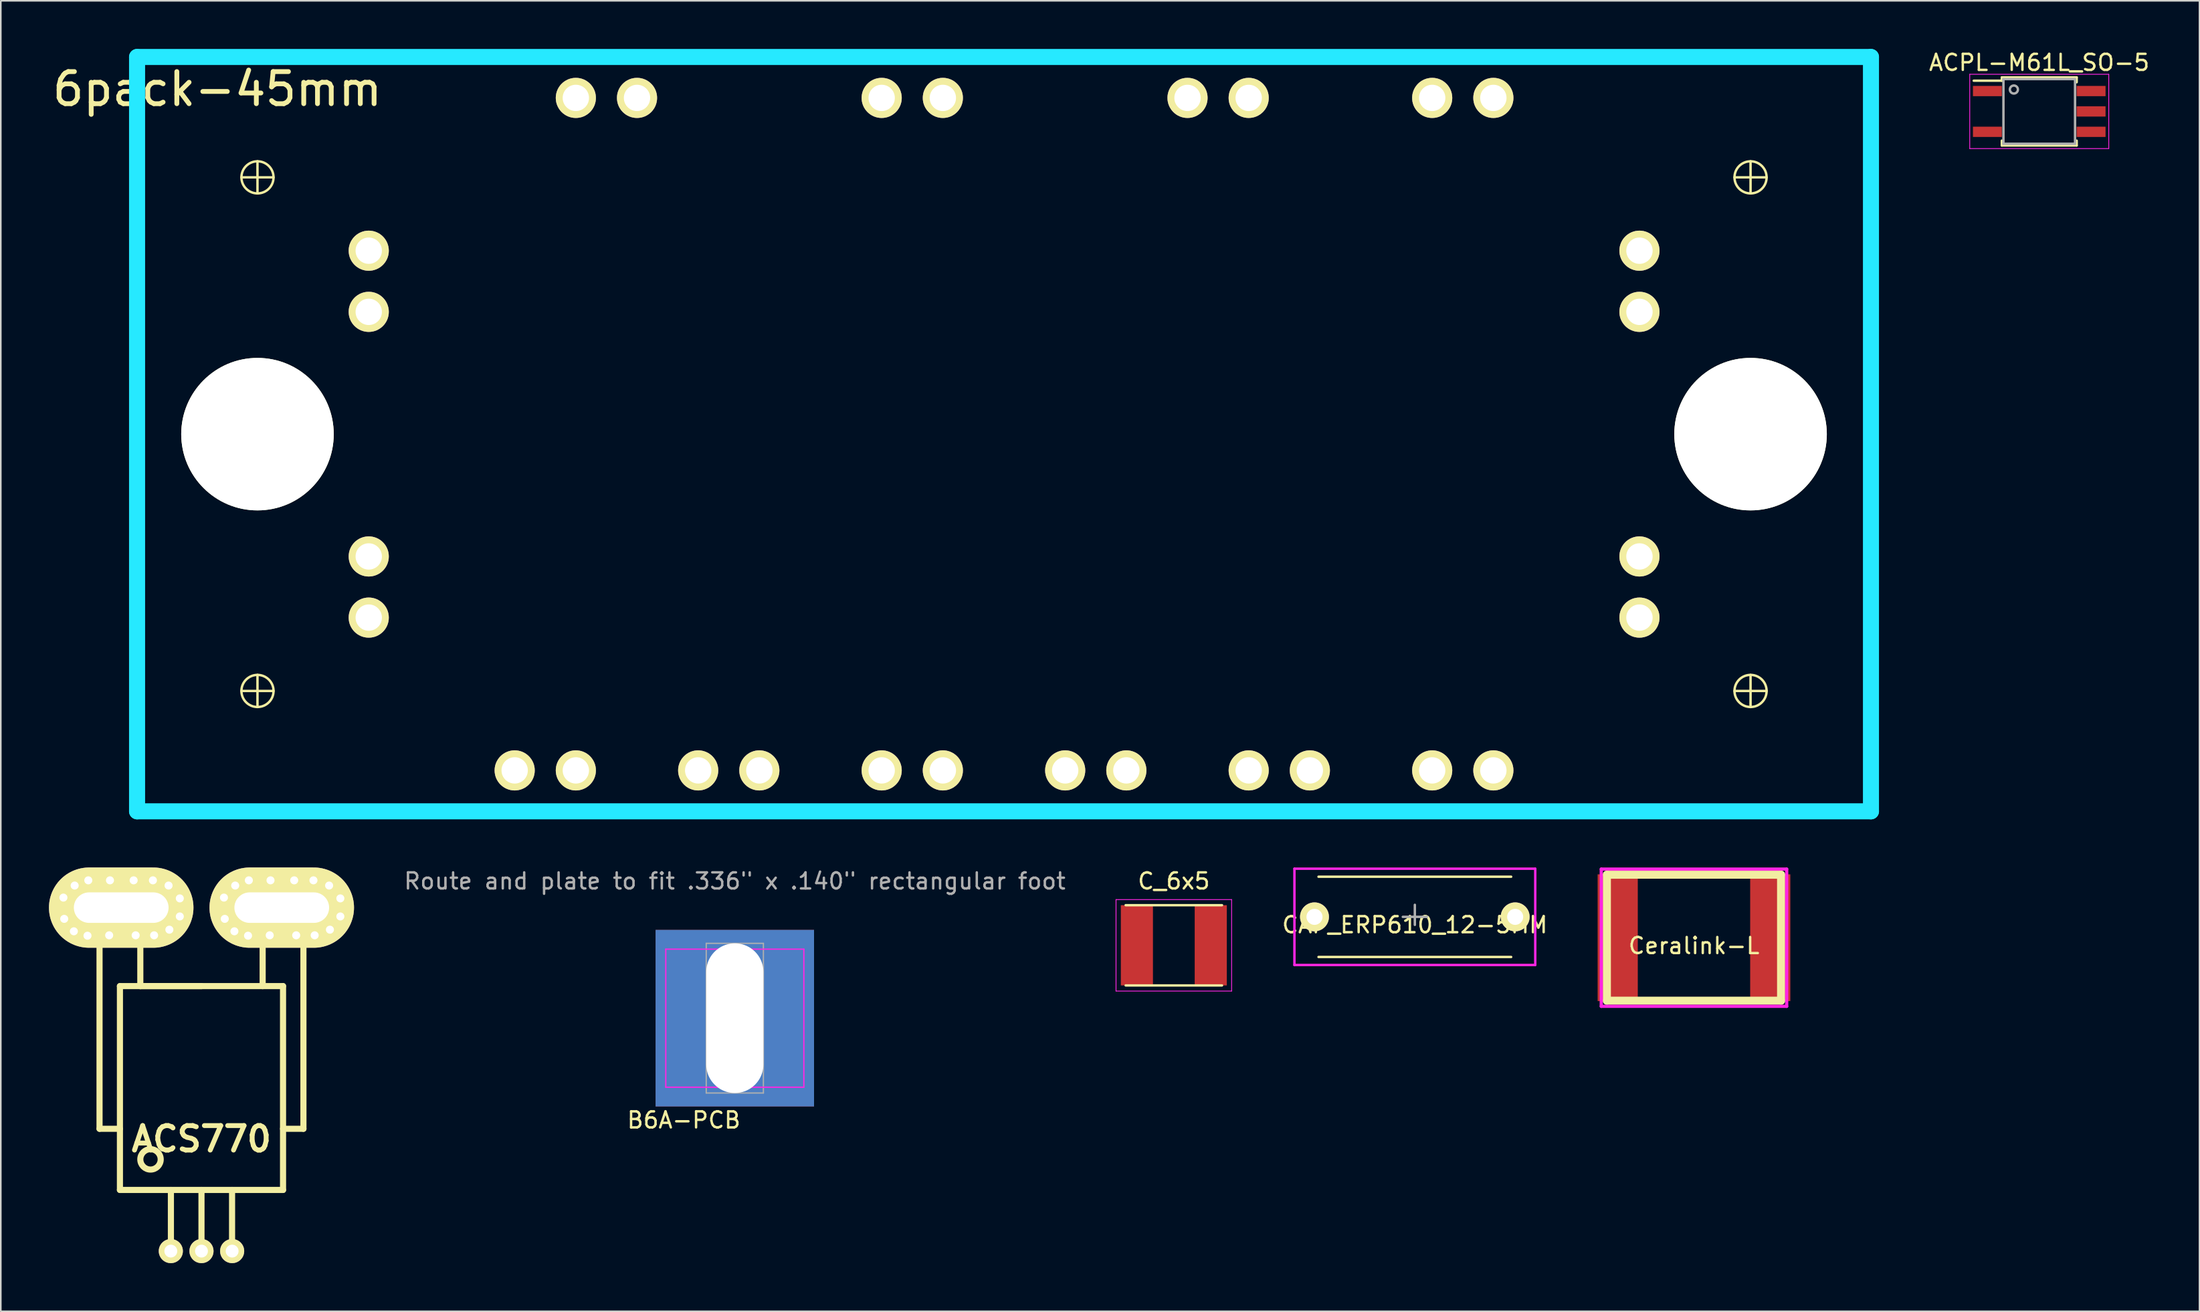
<source format=kicad_pcb>
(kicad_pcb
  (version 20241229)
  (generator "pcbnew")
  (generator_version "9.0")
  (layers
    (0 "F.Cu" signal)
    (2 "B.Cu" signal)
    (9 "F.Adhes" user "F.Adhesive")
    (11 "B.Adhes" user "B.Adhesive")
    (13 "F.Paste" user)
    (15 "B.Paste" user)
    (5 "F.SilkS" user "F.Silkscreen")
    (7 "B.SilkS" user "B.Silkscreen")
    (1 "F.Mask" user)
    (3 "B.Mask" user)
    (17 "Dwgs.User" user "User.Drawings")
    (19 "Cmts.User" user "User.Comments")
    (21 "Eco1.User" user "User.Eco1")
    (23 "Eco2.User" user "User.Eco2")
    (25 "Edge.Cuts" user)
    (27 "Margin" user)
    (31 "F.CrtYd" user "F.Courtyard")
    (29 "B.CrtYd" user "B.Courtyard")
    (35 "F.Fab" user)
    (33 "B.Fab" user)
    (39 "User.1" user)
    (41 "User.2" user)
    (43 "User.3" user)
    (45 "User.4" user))
  (footprint "B6A-PCB"
    (layer "F.Cu")
    (at 42.72 60.388)
    (property "Reference" "B6A-PCB" (at -3.175 6.35 0) (layer "F.SilkS") (effects (font (size 1 1) (thickness 0.15))))
    (attr through_hole)
    (fp_line (start -4.3 -4.3) (end 4.3 -4.3) (stroke (width 0.08) (type solid)) (layer "F.CrtYd"))
    (fp_line (start -4.3 4.3) (end -4.3 -4.3) (stroke (width 0.08) (type solid)) (layer "F.CrtYd"))
    (fp_line (start 4.3 -4.3) (end 4.3 4.3) (stroke (width 0.08) (type solid)) (layer "F.CrtYd"))
    (fp_line (start 4.3 4.3) (end -4.3 4.3) (stroke (width 0.08) (type solid)) (layer "F.CrtYd"))
    (fp_line (start -1.78 -4.663) (end 1.78 -4.663) (stroke (width 0.08) (type solid)) (layer "F.Fab"))
    (fp_line (start -1.78 4.663) (end -1.78 -4.663) (stroke (width 0.08) (type solid)) (layer "F.Fab"))
    (fp_line (start 1.78 -4.663) (end 1.78 4.663) (stroke (width 0.08) (type solid)) (layer "F.Fab"))
    (fp_line (start 1.78 4.663) (end -1.78 4.663) (stroke (width 0.08) (type solid)) (layer "F.Fab"))
    (fp_text user "Route and plate to fit .336\" x .140\" rectangular foot" (at 0 -8.54 0) (layer "F.Fab") (effects (font (size 1 1) (thickness 0.15))))
    (pad "1" thru_hole rect (at 0 0) (size 9.87 11) (drill oval 3.56 9.327) (layers "*.Cu" "*.Mask")))
  (footprint "ACS770"
    (layer "F.Cu")
    (at 9.5 74.9)
    (property "Reference" "ACS770" (at 0 -6.985 0) (layer "F.SilkS") (effects (font (size 1.524 1.524) (thickness 0.305))))
    (attr through_hole)
    (fp_line (start -6.35 -21.59) (end -6.35 -7.62) (stroke (width 0.381) (type solid)) (layer "F.SilkS"))
    (fp_line (start -6.35 -7.62) (end -5.08 -7.62) (stroke (width 0.381) (type solid)) (layer "F.SilkS"))
    (fp_line (start -6.191 -21.4) (end -3.651 -21.4) (stroke (width 0.381) (type solid)) (layer "F.SilkS"))
    (fp_line (start -5.08 -16.51) (end -5.08 -3.81) (stroke (width 0.381) (type solid)) (layer "F.SilkS"))
    (fp_line (start -5.08 -3.81) (end 5.08 -3.81) (stroke (width 0.381) (type solid)) (layer "F.SilkS"))
    (fp_line (start -3.81 -21.59) (end -3.81 -16.51) (stroke (width 0.381) (type solid)) (layer "F.SilkS"))
    (fp_line (start -3.81 -16.51) (end 0 -16.51) (stroke (width 0.381) (type solid)) (layer "F.SilkS"))
    (fp_line (start -1.905 -3.81) (end -1.905 0) (stroke (width 0.381) (type solid)) (layer "F.SilkS"))
    (fp_line (start 0 -3.81) (end 0 0) (stroke (width 0.381) (type solid)) (layer "F.SilkS"))
    (fp_line (start 1.905 -3.81) (end 1.905 0) (stroke (width 0.381) (type solid)) (layer "F.SilkS"))
    (fp_line (start 3.809 -21.4) (end 6.349 -21.4) (stroke (width 0.381) (type solid)) (layer "F.SilkS"))
    (fp_line (start 3.81 -16.51) (end 3.81 -21.59) (stroke (width 0.381) (type solid)) (layer "F.SilkS"))
    (fp_line (start 5.08 -16.51) (end -5.08 -16.51) (stroke (width 0.381) (type solid)) (layer "F.SilkS"))
    (fp_line (start 5.08 -3.81) (end 5.08 -16.51) (stroke (width 0.381) (type solid)) (layer "F.SilkS"))
    (fp_line (start 6.35 -21.59) (end 6.35 -7.62) (stroke (width 0.381) (type solid)) (layer "F.SilkS"))
    (fp_line (start 6.35 -7.62) (end 5.08 -7.62) (stroke (width 0.381) (type solid)) (layer "F.SilkS"))
    (fp_circle (center -3.175 -5.715) (end -3.81 -5.715) (stroke (width 0.381) (type solid)) (fill no) (layer "F.SilkS"))
    (pad "" thru_hole circle (at -8.6 -22.025) (size 1 1) (drill 0.5) (layers "*.Cu" "*.Mask"))
    (pad "" thru_hole circle (at -8.55 -20.7) (size 1 1) (drill 0.5) (layers "*.Cu" "*.Mask"))
    (pad "" thru_hole circle (at -7.95 -19.925) (size 1 1) (drill 0.5) (layers "*.Cu" "*.Mask"))
    (pad "" thru_hole circle (at -7.9 -22.775) (size 1 1) (drill 0.5) (layers "*.Cu" "*.Mask"))
    (pad "" thru_hole circle (at -7.1 -19.65) (size 1 1) (drill 0.5) (layers "*.Cu" "*.Mask"))
    (pad "" thru_hole circle (at -7.05 -23.1) (size 1 1) (drill 0.5) (layers "*.Cu" "*.Mask"))
    (pad "" thru_hole circle (at -5.75 -19.675) (size 1 1) (drill 0.5) (layers "*.Cu" "*.Mask"))
    (pad "" thru_hole circle (at -5.7 -23.1) (size 1 1) (drill 0.5) (layers "*.Cu" "*.Mask"))
    (pad "" thru_hole circle (at -4.225 -23.1) (size 1 1) (drill 0.5) (layers "*.Cu" "*.Mask"))
    (pad "" thru_hole circle (at -4.1 -19.675) (size 1 1) (drill 0.5) (layers "*.Cu" "*.Mask"))
    (pad "" thru_hole circle (at -3.025 -23.1) (size 1 1) (drill 0.5) (layers "*.Cu" "*.Mask"))
    (pad "" thru_hole circle (at -2.95 -19.675) (size 1 1) (drill 0.5) (layers "*.Cu" "*.Mask"))
    (pad "" thru_hole circle (at -2.05 -22.775) (size 1 1) (drill 0.5) (layers "*.Cu" "*.Mask"))
    (pad "" thru_hole circle (at -2 -20.025) (size 1 1) (drill 0.5) (layers "*.Cu" "*.Mask"))
    (pad "" thru_hole circle (at -1.35 -21.975) (size 1 1) (drill 0.5) (layers "*.Cu" "*.Mask"))
    (pad "" thru_hole circle (at -1.35 -20.85) (size 1 1) (drill 0.5) (layers "*.Cu" "*.Mask"))
    (pad "" thru_hole circle (at 1.4 -22.025) (size 1 1) (drill 0.5) (layers "*.Cu" "*.Mask"))
    (pad "" thru_hole circle (at 1.45 -20.7) (size 1 1) (drill 0.5) (layers "*.Cu" "*.Mask"))
    (pad "" thru_hole circle (at 2.05 -19.925) (size 1 1) (drill 0.5) (layers "*.Cu" "*.Mask"))
    (pad "" thru_hole circle (at 2.1 -22.775) (size 1 1) (drill 0.5) (layers "*.Cu" "*.Mask"))
    (pad "" thru_hole circle (at 2.9 -19.65) (size 1 1) (drill 0.5) (layers "*.Cu" "*.Mask"))
    (pad "" thru_hole circle (at 2.95 -23.1) (size 1 1) (drill 0.5) (layers "*.Cu" "*.Mask"))
    (pad "" thru_hole circle (at 4.25 -19.675) (size 1 1) (drill 0.5) (layers "*.Cu" "*.Mask"))
    (pad "" thru_hole circle (at 4.3 -23.1) (size 1 1) (drill 0.5) (layers "*.Cu" "*.Mask"))
    (pad "" thru_hole circle (at 5.775 -23.1) (size 1 1) (drill 0.5) (layers "*.Cu" "*.Mask"))
    (pad "" thru_hole circle (at 5.9 -19.675) (size 1 1) (drill 0.5) (layers "*.Cu" "*.Mask"))
    (pad "" thru_hole circle (at 6.975 -23.1) (size 1 1) (drill 0.5) (layers "*.Cu" "*.Mask"))
    (pad "" thru_hole circle (at 7.05 -19.675) (size 1 1) (drill 0.5) (layers "*.Cu" "*.Mask"))
    (pad "" thru_hole circle (at 7.95 -22.775) (size 1 1) (drill 0.5) (layers "*.Cu" "*.Mask"))
    (pad "" thru_hole circle (at 8 -20.025) (size 1 1) (drill 0.5) (layers "*.Cu" "*.Mask"))
    (pad "" thru_hole circle (at 8.65 -21.975) (size 1 1) (drill 0.5) (layers "*.Cu" "*.Mask"))
    (pad "" thru_hole circle (at 8.65 -20.85) (size 1 1) (drill 0.5) (layers "*.Cu" "*.Mask"))
    (pad "1" thru_hole circle (at -1.91 0) (size 1.501 1.501) (drill 0.8) (layers "*.Cu" "*.Mask" "F.SilkS"))
    (pad "2" thru_hole circle (at 0 0) (size 1.501 1.501) (drill 0.8) (layers "*.Cu" "*.Mask" "F.SilkS"))
    (pad "3" thru_hole circle (at 1.91 0) (size 1.501 1.501) (drill 0.8) (layers "*.Cu" "*.Mask" "F.SilkS"))
    (pad "4" thru_hole oval (at 5 -21.4) (size 9 5) (drill oval 5.9 1.9) (layers "*.Cu" "*.Mask" "F.SilkS"))
    (pad "5" thru_hole oval (at -5 -21.4) (size 9 5) (drill oval 5.9 1.9) (layers "*.Cu" "*.Mask" "F.SilkS")))
  (footprint "ACPL-M61L_SO-5"
    (layer "F.Cu")
    (at 123.97 3.893)
    (property "Reference" "ACPL-M61L_SO-5" (at 0 -3.045 0) (layer "F.SilkS") (effects (font (size 1 1) (thickness 0.15))))
    (attr smd)
    (fp_line (start -2.33 -2.12) (end -2.33 -1.915) (stroke (width 0.15) (type solid)) (layer "F.SilkS"))
    (fp_line (start -2.33 -2.12) (end 2.33 -2.12) (stroke (width 0.15) (type solid)) (layer "F.SilkS"))
    (fp_line (start -2.33 -1.915) (end -4.08 -1.915) (stroke (width 0.15) (type solid)) (layer "F.SilkS"))
    (fp_line (start -2.33 2.12) (end -2.33 1.82) (stroke (width 0.15) (type solid)) (layer "F.SilkS"))
    (fp_line (start -2.33 2.12) (end 2.33 2.12) (stroke (width 0.15) (type solid)) (layer "F.SilkS"))
    (fp_line (start 2.33 -2.12) (end 2.33 -1.82) (stroke (width 0.15) (type solid)) (layer "F.SilkS"))
    (fp_line (start 2.33 2.12) (end 2.33 1.82) (stroke (width 0.15) (type solid)) (layer "F.SilkS"))
    (fp_line (start -4.33 -2.315) (end -4.33 2.315) (stroke (width 0.05) (type solid)) (layer "F.CrtYd"))
    (fp_line (start -4.33 -2.315) (end 4.33 -2.315) (stroke (width 0.05) (type solid)) (layer "F.CrtYd"))
    (fp_line (start -4.33 2.315) (end 4.33 2.315) (stroke (width 0.05) (type solid)) (layer "F.CrtYd"))
    (fp_line (start 4.33 -2.315) (end 4.33 2.315) (stroke (width 0.05) (type solid)) (layer "F.CrtYd"))
    (fp_line (start -2.23 -2.015) (end 2.23 -2.015) (stroke (width 0.15) (type solid)) (layer "F.Fab"))
    (fp_line (start -2.23 2.015) (end -2.23 -2.015) (stroke (width 0.15) (type solid)) (layer "F.Fab"))
    (fp_line (start 2.23 -2.015) (end 2.23 2.015) (stroke (width 0.15) (type solid)) (layer "F.Fab"))
    (fp_line (start 2.23 2.015) (end -2.23 2.015) (stroke (width 0.15) (type solid)) (layer "F.Fab"))
    (fp_circle (center -1.58 -1.365) (end -1.83 -1.365) (stroke (width 0.15) (type solid)) (fill no) (layer "F.Fab"))
    (pad "1" smd rect (at -3.23 -1.27) (size 1.8 0.64) (layers "F.Cu" "F.Mask" "F.Paste"))
    (pad "3" smd rect (at -3.23 1.27) (size 1.8 0.64) (layers "F.Cu" "F.Mask" "F.Paste"))
    (pad "4" smd rect (at 3.23 1.27) (size 1.8 0.64) (layers "F.Cu" "F.Mask" "F.Paste"))
    (pad "5" smd rect (at 3.23 0) (size 1.8 0.64) (layers "F.Cu" "F.Mask" "F.Paste"))
    (pad "6" smd rect (at 3.23 -1.27) (size 1.8 0.64) (layers "F.Cu" "F.Mask" "F.Paste")))
  (footprint "6pack-45mm"
    (layer "F.Cu")
    (at 12.988 24)
    (property "Reference" "6pack-45mm" (at -2.5 -21.5 0) (layer "F.SilkS") (effects (font (size 2 2) (thickness 0.3))))
    (attr through_hole)
    (fp_line (start -1 -16) (end 1 -16) (stroke (width 0.15) (type solid)) (layer "F.SilkS"))
    (fp_line (start -1 16) (end 1 16) (stroke (width 0.15) (type solid)) (layer "F.SilkS"))
    (fp_line (start 0 -15) (end 0 -17) (stroke (width 0.15) (type solid)) (layer "F.SilkS"))
    (fp_line (start 0 17) (end 0 15) (stroke (width 0.15) (type solid)) (layer "F.SilkS"))
    (fp_line (start 92 -16) (end 94 -16) (stroke (width 0.15) (type solid)) (layer "F.SilkS"))
    (fp_line (start 92 16) (end 94 16) (stroke (width 0.15) (type solid)) (layer "F.SilkS"))
    (fp_line (start 93 -15) (end 93 -17) (stroke (width 0.15) (type solid)) (layer "F.SilkS"))
    (fp_line (start 93 17) (end 93 15) (stroke (width 0.15) (type solid)) (layer "F.SilkS"))
    (fp_circle (center 0 -16) (end -1 -16) (stroke (width 0.15) (type solid)) (fill no) (layer "F.SilkS"))
    (fp_circle (center 0 16) (end -1 16) (stroke (width 0.15) (type solid)) (fill no) (layer "F.SilkS"))
    (fp_circle (center 93 -16) (end 92 -16) (stroke (width 0.15) (type solid)) (fill no) (layer "F.SilkS"))
    (fp_circle (center 93 16) (end 92 16) (stroke (width 0.15) (type solid)) (fill no) (layer "F.SilkS"))
    (fp_line (start -7.5 -23.5) (end -7.5 23.5) (stroke (width 1) (type solid)) (layer "B.CrtYd"))
    (fp_line (start -7.5 23.5) (end 100.5 23.5) (stroke (width 1) (type solid)) (layer "B.CrtYd"))
    (fp_line (start 100.5 -23.5) (end -7.5 -23.5) (stroke (width 1) (type solid)) (layer "B.CrtYd"))
    (fp_line (start 100.5 23.5) (end 100.5 -23.5) (stroke (width 1) (type solid)) (layer "B.CrtYd"))
    (pad "" np_thru_hole circle (at 0 0) (size 9.5 9.5) (drill 9.5) (layers "*.Cu" "*.Mask" "F.SilkS"))
    (pad "" np_thru_hole circle (at 93 0) (size 9.5 9.5) (drill 9.5) (layers "*.Cu" "*.Mask" "F.SilkS"))
    (pad "1" thru_hole circle (at 16.02 20.95) (size 2.5 2.5) (drill 1.64) (layers "*.Cu" "*.Mask" "F.SilkS"))
    (pad "2" thru_hole circle (at 19.83 20.95) (size 2.5 2.5) (drill 1.64) (layers "*.Cu" "*.Mask" "F.SilkS"))
    (pad "3" thru_hole circle (at 27.45 20.95) (size 2.5 2.5) (drill 1.64) (layers "*.Cu" "*.Mask" "F.SilkS"))
    (pad "4" thru_hole circle (at 31.26 20.95) (size 2.5 2.5) (drill 1.64) (layers "*.Cu" "*.Mask" "F.SilkS"))
    (pad "5" thru_hole circle (at 38.88 20.95) (size 2.5 2.5) (drill 1.64) (layers "*.Cu" "*.Mask" "F.SilkS"))
    (pad "6" thru_hole circle (at 42.69 20.95) (size 2.5 2.5) (drill 1.64) (layers "*.Cu" "*.Mask" "F.SilkS"))
    (pad "7" thru_hole circle (at 50.31 20.95) (size 2.5 2.5) (drill 1.64) (layers "*.Cu" "*.Mask" "F.SilkS"))
    (pad "8" thru_hole circle (at 54.12 20.95) (size 2.5 2.5) (drill 1.64) (layers "*.Cu" "*.Mask" "F.SilkS"))
    (pad "9" thru_hole circle (at 61.74 20.95) (size 2.5 2.5) (drill 1.64) (layers "*.Cu" "*.Mask" "F.SilkS"))
    (pad "10" thru_hole circle (at 65.55 20.95) (size 2.5 2.5) (drill 1.64) (layers "*.Cu" "*.Mask" "F.SilkS"))
    (pad "11" thru_hole circle (at 73.17 20.95) (size 2.5 2.5) (drill 1.64) (layers "*.Cu" "*.Mask" "F.SilkS"))
    (pad "12" thru_hole circle (at 76.98 20.95) (size 2.5 2.5) (drill 1.64) (layers "*.Cu" "*.Mask" "F.SilkS"))
    (pad "13" thru_hole circle (at 86.08 11.43) (size 2.5 2.5) (drill 1.64) (layers "*.Cu" "*.Mask" "F.SilkS"))
    (pad "14" thru_hole circle (at 86.08 7.62) (size 2.5 2.5) (drill 1.64) (layers "*.Cu" "*.Mask" "F.SilkS"))
    (pad "15" thru_hole circle (at 86.08 -7.62) (size 2.5 2.5) (drill 1.64) (layers "*.Cu" "*.Mask" "F.SilkS"))
    (pad "16" thru_hole circle (at 86.08 -11.43) (size 2.5 2.5) (drill 1.64) (layers "*.Cu" "*.Mask" "F.SilkS"))
    (pad "17" thru_hole circle (at 76.98 -20.95) (size 2.5 2.5) (drill 1.64) (layers "*.Cu" "*.Mask" "F.SilkS"))
    (pad "18" thru_hole circle (at 73.17 -20.95) (size 2.5 2.5) (drill 1.64) (layers "*.Cu" "*.Mask" "F.SilkS"))
    (pad "19" thru_hole circle (at 61.74 -20.95) (size 2.5 2.5) (drill 1.64) (layers "*.Cu" "*.Mask" "F.SilkS"))
    (pad "20" thru_hole circle (at 57.93 -20.95) (size 2.5 2.5) (drill 1.64) (layers "*.Cu" "*.Mask" "F.SilkS"))
    (pad "21" thru_hole circle (at 42.69 -20.95) (size 2.5 2.5) (drill 1.64) (layers "*.Cu" "*.Mask" "F.SilkS"))
    (pad "22" thru_hole circle (at 38.88 -20.95) (size 2.5 2.5) (drill 1.64) (layers "*.Cu" "*.Mask" "F.SilkS"))
    (pad "23" thru_hole circle (at 23.64 -20.95) (size 2.5 2.5) (drill 1.64) (layers "*.Cu" "*.Mask" "F.SilkS"))
    (pad "24" thru_hole circle (at 19.83 -20.95) (size 2.5 2.5) (drill 1.64) (layers "*.Cu" "*.Mask" "F.SilkS"))
    (pad "25" thru_hole circle (at 6.93 -11.43) (size 2.5 2.5) (drill 1.64) (layers "*.Cu" "*.Mask" "F.SilkS"))
    (pad "26" thru_hole circle (at 6.93 -7.62) (size 2.5 2.5) (drill 1.64) (layers "*.Cu" "*.Mask" "F.SilkS"))
    (pad "27" thru_hole circle (at 6.93 7.62) (size 2.5 2.5) (drill 1.64) (layers "*.Cu" "*.Mask" "F.SilkS"))
    (pad "28" thru_hole circle (at 6.93 11.43) (size 2.5 2.5) (drill 1.64) (layers "*.Cu" "*.Mask" "F.SilkS")))
  (footprint "Ceralink-L"
    (layer "F.Cu")
    (at 102.464 55.375)
    (property "Reference" "Ceralink-L" (at 0 0.5 0) (layer "F.SilkS") (effects (font (size 1 1) (thickness 0.15))))
    (attr through_hole)
    (fp_line (start -5.425 -3.925) (end -5.425 3.925) (stroke (width 0.5) (type solid)) (layer "F.SilkS"))
    (fp_line (start -5.425 3.925) (end 5.425 3.925) (stroke (width 0.5) (type solid)) (layer "F.SilkS"))
    (fp_line (start 5.425 -3.925) (end -5.425 -3.925) (stroke (width 0.5) (type solid)) (layer "F.SilkS"))
    (fp_line (start 5.425 3.925) (end 5.425 -3.925) (stroke (width 0.5) (type solid)) (layer "F.SilkS"))
    (fp_line (start -5.775 -4.275) (end 5.775 -4.275) (stroke (width 0.2) (type solid)) (layer "F.CrtYd"))
    (fp_line (start -5.775 4.275) (end -5.775 -4.275) (stroke (width 0.2) (type solid)) (layer "F.CrtYd"))
    (fp_line (start 5.775 -4.275) (end 5.775 4.275) (stroke (width 0.2) (type solid)) (layer "F.CrtYd"))
    (fp_line (start 5.775 4.275) (end -5.775 4.275) (stroke (width 0.2) (type solid)) (layer "F.CrtYd"))
    (pad "1" smd rect (at -4.75 0) (size 2.5 7.9) (layers "F.Cu" "F.Mask" "F.Paste"))
    (pad "2" smd rect (at 4.75 0) (size 2.5 7.9) (layers "F.Cu" "F.Mask" "F.Paste")))
  (footprint "CAP_ERP610_12-5MM"
    (layer "F.Cu")
    (at 85.077 54.075)
    (property "Reference" "CAP_ERP610_12-5MM" (at 0 0.5 0) (layer "F.SilkS") (effects (font (size 1 1) (thickness 0.15))))
    (attr through_hole)
    (fp_line (start -6 -2.5) (end 6 -2.5) (stroke (width 0.15) (type solid)) (layer "F.SilkS"))
    (fp_line (start -6 2.5) (end 6 2.5) (stroke (width 0.15) (type solid)) (layer "F.SilkS"))
    (fp_line (start -7.5 -3) (end -7.5 3) (stroke (width 0.15) (type solid)) (layer "F.CrtYd"))
    (fp_line (start -7.5 3) (end 7.5 3) (stroke (width 0.15) (type solid)) (layer "F.CrtYd"))
    (fp_line (start 7.5 -3) (end -7.5 -3) (stroke (width 0.15) (type solid)) (layer "F.CrtYd"))
    (fp_line (start 7.5 3) (end 7.5 -3) (stroke (width 0.15) (type solid)) (layer "F.CrtYd"))
    (fp_line (start -0.75 0) (end 0.75 0) (stroke (width 0.15) (type solid)) (layer "F.Fab"))
    (fp_line (start 0 -0.75) (end 0 0.5) (stroke (width 0.15) (type solid)) (layer "F.Fab"))
    (pad "1" thru_hole circle (at -6.25 0) (size 1.8 1.8) (drill 1) (layers "*.Cu" "*.Mask" "F.SilkS"))
    (pad "2" thru_hole circle (at 6.25 0) (size 1.8 1.8) (drill 1) (layers "*.Cu" "*.Mask" "F.SilkS")))
  (footprint "C_6x5"
    (layer "F.Cu")
    (at 70.065 55.848)
    (property "Reference" "C_6x5" (at 0 -4 0) (layer "F.SilkS") (effects (font (size 1 1) (thickness 0.15))))
    (attr smd)
    (fp_line (start -3 2.5) (end 3 2.5) (stroke (width 0.15) (type solid)) (layer "F.SilkS"))
    (fp_line (start 3 -2.5) (end -3 -2.5) (stroke (width 0.15) (type solid)) (layer "F.SilkS"))
    (fp_line (start -3.6 -2.85) (end -3.6 2.85) (stroke (width 0.05) (type solid)) (layer "F.CrtYd"))
    (fp_line (start -3.6 -2.85) (end 3.6 -2.85) (stroke (width 0.05) (type solid)) (layer "F.CrtYd"))
    (fp_line (start -3.6 2.85) (end 3.6 2.85) (stroke (width 0.05) (type solid)) (layer "F.CrtYd"))
    (fp_line (start 3.6 -2.85) (end 3.6 2.85) (stroke (width 0.05) (type solid)) (layer "F.CrtYd"))
    (pad "1" smd rect (at -2.3 0) (size 2 5) (layers "F.Cu" "F.Mask" "F.Paste"))
    (pad "2" smd rect (at 2.3 0) (size 2 5) (layers "F.Cu" "F.Mask" "F.Paste")))
  (gr_rect
    (start -3 -3)
    (end 133.952 78.651)
    (stroke (width 0.1) (type default))
    (fill no)
    (layer "Edge.Cuts")))
</source>
